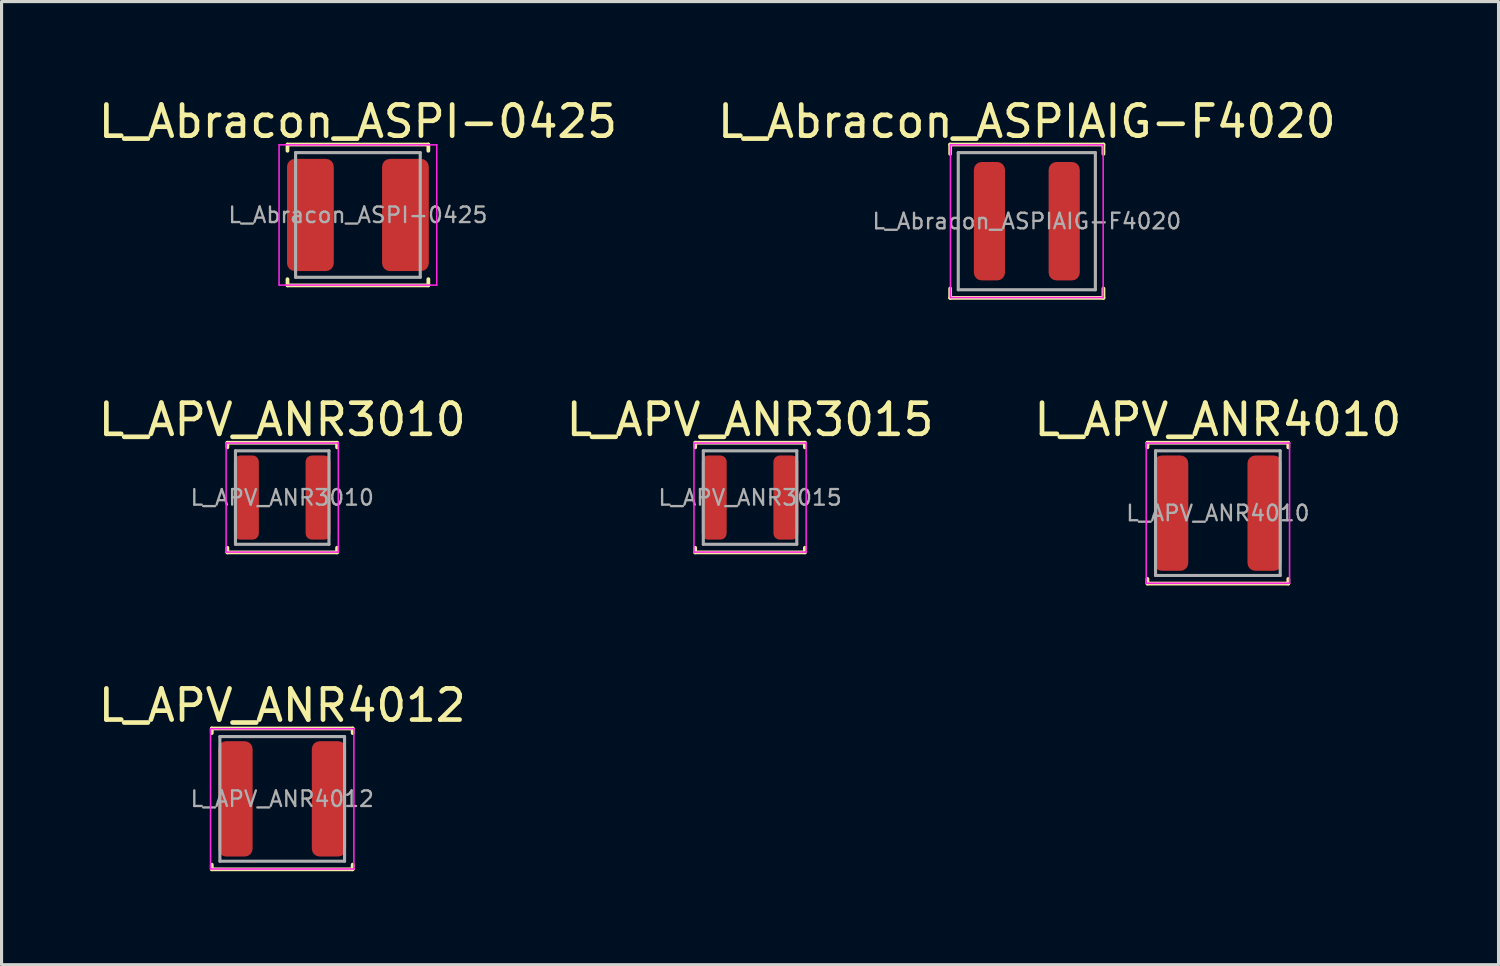
<source format=kicad_pcb>
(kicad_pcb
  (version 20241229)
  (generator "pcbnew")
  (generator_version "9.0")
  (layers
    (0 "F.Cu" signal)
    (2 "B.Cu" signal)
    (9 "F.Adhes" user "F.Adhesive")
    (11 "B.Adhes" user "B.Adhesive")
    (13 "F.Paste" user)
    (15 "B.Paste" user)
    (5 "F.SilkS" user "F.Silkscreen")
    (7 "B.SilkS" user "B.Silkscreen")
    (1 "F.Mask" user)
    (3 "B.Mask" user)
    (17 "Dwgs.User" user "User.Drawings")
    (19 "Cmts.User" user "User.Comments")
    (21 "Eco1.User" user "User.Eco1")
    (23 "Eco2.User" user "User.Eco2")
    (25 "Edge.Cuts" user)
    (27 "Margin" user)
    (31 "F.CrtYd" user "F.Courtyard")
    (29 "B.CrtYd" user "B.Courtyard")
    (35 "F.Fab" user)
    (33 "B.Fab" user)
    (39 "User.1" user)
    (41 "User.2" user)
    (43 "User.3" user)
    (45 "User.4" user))
  (footprint "L_Abracon_ASPI-0425"
    (layer "F.Cu")
    (at 8.435 3.848)
    (property "Reference" "L_Abracon_ASPI-0425" (at 0 -3 0) (layer "F.SilkS") (effects (font (size 1 1) (thickness 0.15))))
    (attr smd)
    (fp_line (start -2.26 -2.26) (end -2.26 -2.06) (stroke (width 0.12) (type solid)) (layer "F.SilkS"))
    (fp_line (start -2.26 -2.26) (end 2.26 -2.26) (stroke (width 0.12) (type solid)) (layer "F.SilkS"))
    (fp_line (start -2.26 2.26) (end -2.26 2.06) (stroke (width 0.12) (type solid)) (layer "F.SilkS"))
    (fp_line (start -2.26 2.26) (end 2.26 2.26) (stroke (width 0.12) (type solid)) (layer "F.SilkS"))
    (fp_line (start 2.26 -2.26) (end 2.26 -2.06) (stroke (width 0.12) (type solid)) (layer "F.SilkS"))
    (fp_line (start 2.26 2.26) (end 2.26 2.06) (stroke (width 0.12) (type solid)) (layer "F.SilkS"))
    (fp_line (start -2.53 -2.25) (end -2.53 2.25) (stroke (width 0.05) (type solid)) (layer "F.CrtYd"))
    (fp_line (start -2.53 2.25) (end 2.53 2.25) (stroke (width 0.05) (type solid)) (layer "F.CrtYd"))
    (fp_line (start 2.53 -2.25) (end -2.53 -2.25) (stroke (width 0.05) (type solid)) (layer "F.CrtYd"))
    (fp_line (start 2.53 2.25) (end 2.53 -2.25) (stroke (width 0.05) (type solid)) (layer "F.CrtYd"))
    (fp_line (start -2 -2) (end -2 2) (stroke (width 0.1) (type solid)) (layer "F.Fab"))
    (fp_line (start -2 2) (end 2 2) (stroke (width 0.1) (type solid)) (layer "F.Fab"))
    (fp_line (start 2 -2) (end -2 -2) (stroke (width 0.1) (type solid)) (layer "F.Fab"))
    (fp_line (start 2 2) (end 2 -2) (stroke (width 0.1) (type solid)) (layer "F.Fab"))
    (fp_text user "${REFERENCE}" (at 0 0 0) (layer "F.Fab") (effects (font (size 0.5 0.5) (thickness 0.075))))
    (pad "1" smd roundrect (at -1.525 0) (size 1.5 3.6) (layers "F.Cu" "F.Mask" "F.Paste") (roundrect_rratio 0.167))
    (pad "2" smd roundrect (at 1.525 0) (size 1.5 3.6) (layers "F.Cu" "F.Mask" "F.Paste") (roundrect_rratio 0.167)))
  (footprint "L_APV_ANR3010"
    (layer "F.Cu")
    (at 6.006 12.916)
    (property "Reference" "L_APV_ANR3010" (at 0 -2.5 0) (layer "F.SilkS") (effects (font (size 1 1) (thickness 0.15))))
    (attr smd)
    (fp_line (start -1.76 -1.76) (end -1.76 -1.61) (stroke (width 0.12) (type solid)) (layer "F.SilkS"))
    (fp_line (start -1.76 -1.76) (end 1.76 -1.76) (stroke (width 0.12) (type solid)) (layer "F.SilkS"))
    (fp_line (start -1.76 1.76) (end -1.76 1.61) (stroke (width 0.12) (type solid)) (layer "F.SilkS"))
    (fp_line (start -1.76 1.76) (end 1.76 1.76) (stroke (width 0.12) (type solid)) (layer "F.SilkS"))
    (fp_line (start 1.76 -1.76) (end 1.76 -1.61) (stroke (width 0.12) (type solid)) (layer "F.SilkS"))
    (fp_line (start 1.76 1.76) (end 1.76 1.61) (stroke (width 0.12) (type solid)) (layer "F.SilkS"))
    (fp_line (start -1.8 -1.75) (end -1.8 1.75) (stroke (width 0.05) (type solid)) (layer "F.CrtYd"))
    (fp_line (start -1.8 1.75) (end 1.8 1.75) (stroke (width 0.05) (type solid)) (layer "F.CrtYd"))
    (fp_line (start 1.8 -1.75) (end -1.8 -1.75) (stroke (width 0.05) (type solid)) (layer "F.CrtYd"))
    (fp_line (start 1.8 1.75) (end 1.8 -1.75) (stroke (width 0.05) (type solid)) (layer "F.CrtYd"))
    (fp_line (start -1.5 -1.5) (end -1.5 1.5) (stroke (width 0.1) (type solid)) (layer "F.Fab"))
    (fp_line (start -1.5 1.5) (end 1.5 1.5) (stroke (width 0.1) (type solid)) (layer "F.Fab"))
    (fp_line (start 1.5 -1.5) (end -1.5 -1.5) (stroke (width 0.1) (type solid)) (layer "F.Fab"))
    (fp_line (start 1.5 1.5) (end 1.5 -1.5) (stroke (width 0.1) (type solid)) (layer "F.Fab"))
    (fp_text user "${REFERENCE}" (at 0 0 0) (layer "F.Fab") (effects (font (size 0.5 0.5) (thickness 0.075))))
    (pad "1" smd roundrect (at -1.15 0) (size 0.8 2.7) (layers "F.Cu" "F.Mask" "F.Paste") (roundrect_rratio 0.25))
    (pad "2" smd roundrect (at 1.15 0) (size 0.8 2.7) (layers "F.Cu" "F.Mask" "F.Paste") (roundrect_rratio 0.25)))
  (footprint "L_APV_ANR3015"
    (layer "F.Cu")
    (at 21.018 12.916)
    (property "Reference" "L_APV_ANR3015" (at 0 -2.5 0) (layer "F.SilkS") (effects (font (size 1 1) (thickness 0.15))))
    (attr smd)
    (fp_line (start -1.76 -1.76) (end -1.76 -1.61) (stroke (width 0.12) (type solid)) (layer "F.SilkS"))
    (fp_line (start -1.76 -1.76) (end 1.76 -1.76) (stroke (width 0.12) (type solid)) (layer "F.SilkS"))
    (fp_line (start -1.76 1.76) (end -1.76 1.61) (stroke (width 0.12) (type solid)) (layer "F.SilkS"))
    (fp_line (start -1.76 1.76) (end 1.76 1.76) (stroke (width 0.12) (type solid)) (layer "F.SilkS"))
    (fp_line (start 1.76 -1.76) (end 1.76 -1.61) (stroke (width 0.12) (type solid)) (layer "F.SilkS"))
    (fp_line (start 1.76 1.76) (end 1.76 1.61) (stroke (width 0.12) (type solid)) (layer "F.SilkS"))
    (fp_line (start -1.8 -1.75) (end -1.8 1.75) (stroke (width 0.05) (type solid)) (layer "F.CrtYd"))
    (fp_line (start -1.8 1.75) (end 1.8 1.75) (stroke (width 0.05) (type solid)) (layer "F.CrtYd"))
    (fp_line (start 1.8 -1.75) (end -1.8 -1.75) (stroke (width 0.05) (type solid)) (layer "F.CrtYd"))
    (fp_line (start 1.8 1.75) (end 1.8 -1.75) (stroke (width 0.05) (type solid)) (layer "F.CrtYd"))
    (fp_line (start -1.5 -1.5) (end -1.5 1.5) (stroke (width 0.1) (type solid)) (layer "F.Fab"))
    (fp_line (start -1.5 1.5) (end 1.5 1.5) (stroke (width 0.1) (type solid)) (layer "F.Fab"))
    (fp_line (start 1.5 -1.5) (end -1.5 -1.5) (stroke (width 0.1) (type solid)) (layer "F.Fab"))
    (fp_line (start 1.5 1.5) (end 1.5 -1.5) (stroke (width 0.1) (type solid)) (layer "F.Fab"))
    (fp_text user "${REFERENCE}" (at 0 0 0) (layer "F.Fab") (effects (font (size 0.5 0.5) (thickness 0.075))))
    (pad "1" smd roundrect (at -1.15 0) (size 0.8 2.7) (layers "F.Cu" "F.Mask" "F.Paste") (roundrect_rratio 0.25))
    (pad "2" smd roundrect (at 1.15 0) (size 0.8 2.7) (layers "F.Cu" "F.Mask" "F.Paste") (roundrect_rratio 0.25)))
  (footprint "L_APV_ANR4010"
    (layer "F.Cu")
    (at 36.03 13.416)
    (property "Reference" "L_APV_ANR4010" (at 0 -3 0) (layer "F.SilkS") (effects (font (size 1 1) (thickness 0.15))))
    (attr smd)
    (fp_line (start -2.26 -2.26) (end -2.26 -2.11) (stroke (width 0.12) (type solid)) (layer "F.SilkS"))
    (fp_line (start -2.26 -2.26) (end 2.26 -2.26) (stroke (width 0.12) (type solid)) (layer "F.SilkS"))
    (fp_line (start -2.26 2.26) (end -2.26 2.11) (stroke (width 0.12) (type solid)) (layer "F.SilkS"))
    (fp_line (start -2.26 2.26) (end 2.26 2.26) (stroke (width 0.12) (type solid)) (layer "F.SilkS"))
    (fp_line (start 2.26 -2.26) (end 2.26 -2.11) (stroke (width 0.12) (type solid)) (layer "F.SilkS"))
    (fp_line (start 2.26 2.26) (end 2.26 2.11) (stroke (width 0.12) (type solid)) (layer "F.SilkS"))
    (fp_line (start -2.3 -2.25) (end -2.3 2.25) (stroke (width 0.05) (type solid)) (layer "F.CrtYd"))
    (fp_line (start -2.3 2.25) (end 2.3 2.25) (stroke (width 0.05) (type solid)) (layer "F.CrtYd"))
    (fp_line (start 2.3 -2.25) (end -2.3 -2.25) (stroke (width 0.05) (type solid)) (layer "F.CrtYd"))
    (fp_line (start 2.3 2.25) (end 2.3 -2.25) (stroke (width 0.05) (type solid)) (layer "F.CrtYd"))
    (fp_line (start -2 -2) (end -2 2) (stroke (width 0.1) (type solid)) (layer "F.Fab"))
    (fp_line (start -2 2) (end 2 2) (stroke (width 0.1) (type solid)) (layer "F.Fab"))
    (fp_line (start 2 -2) (end -2 -2) (stroke (width 0.1) (type solid)) (layer "F.Fab"))
    (fp_line (start 2 2) (end 2 -2) (stroke (width 0.1) (type solid)) (layer "F.Fab"))
    (fp_text user "${REFERENCE}" (at 0 0 0) (layer "F.Fab") (effects (font (size 0.5 0.5) (thickness 0.075))))
    (pad "1" smd roundrect (at -1.5 0) (size 1.1 3.7) (layers "F.Cu" "F.Mask" "F.Paste") (roundrect_rratio 0.227))
    (pad "2" smd roundrect (at 1.5 0) (size 1.1 3.7) (layers "F.Cu" "F.Mask" "F.Paste") (roundrect_rratio 0.227)))
  (footprint "L_Abracon_ASPIAIG-F4020"
    (layer "F.Cu")
    (at 29.899 4.048)
    (property "Reference" "L_Abracon_ASPIAIG-F4020" (at 0 -3.2 0) (layer "F.SilkS") (effects (font (size 1 1) (thickness 0.15))))
    (attr smd)
    (fp_line (start -2.46 -2.46) (end -2.46 -2.16) (stroke (width 0.12) (type solid)) (layer "F.SilkS"))
    (fp_line (start -2.46 -2.46) (end 2.46 -2.46) (stroke (width 0.12) (type solid)) (layer "F.SilkS"))
    (fp_line (start -2.46 2.46) (end -2.46 2.16) (stroke (width 0.12) (type solid)) (layer "F.SilkS"))
    (fp_line (start -2.46 2.46) (end 2.46 2.46) (stroke (width 0.12) (type solid)) (layer "F.SilkS"))
    (fp_line (start 2.46 -2.46) (end 2.46 -2.16) (stroke (width 0.12) (type solid)) (layer "F.SilkS"))
    (fp_line (start 2.46 2.46) (end 2.46 2.16) (stroke (width 0.12) (type solid)) (layer "F.SilkS"))
    (fp_line (start -2.45 -2.45) (end -2.45 2.45) (stroke (width 0.05) (type solid)) (layer "F.CrtYd"))
    (fp_line (start -2.45 2.45) (end 2.45 2.45) (stroke (width 0.05) (type solid)) (layer "F.CrtYd"))
    (fp_line (start 2.45 -2.45) (end -2.45 -2.45) (stroke (width 0.05) (type solid)) (layer "F.CrtYd"))
    (fp_line (start 2.45 2.45) (end 2.45 -2.45) (stroke (width 0.05) (type solid)) (layer "F.CrtYd"))
    (fp_line (start -2.2 -2.2) (end -2.2 2.2) (stroke (width 0.1) (type solid)) (layer "F.Fab"))
    (fp_line (start -2.2 2.2) (end 2.2 2.2) (stroke (width 0.1) (type solid)) (layer "F.Fab"))
    (fp_line (start 2.2 -2.2) (end -2.2 -2.2) (stroke (width 0.1) (type solid)) (layer "F.Fab"))
    (fp_line (start 2.2 2.2) (end 2.2 -2.2) (stroke (width 0.1) (type solid)) (layer "F.Fab"))
    (fp_text user "${REFERENCE}" (at 0 0 0) (layer "F.Fab") (effects (font (size 0.5 0.5) (thickness 0.075))))
    (pad "1" smd roundrect (at -1.2 0) (size 1 3.8) (layers "F.Cu" "F.Mask" "F.Paste") (roundrect_rratio 0.25))
    (pad "2" smd roundrect (at 1.2 0) (size 1 3.8) (layers "F.Cu" "F.Mask" "F.Paste") (roundrect_rratio 0.25)))
  (footprint "L_APV_ANR4012"
    (layer "F.Cu")
    (at 6.006 22.585)
    (property "Reference" "L_APV_ANR4012" (at 0 -3 0) (layer "F.SilkS") (effects (font (size 1 1) (thickness 0.15))))
    (attr smd)
    (fp_line (start -2.26 -2.26) (end -2.26 -2.11) (stroke (width 0.12) (type solid)) (layer "F.SilkS"))
    (fp_line (start -2.26 -2.26) (end 2.26 -2.26) (stroke (width 0.12) (type solid)) (layer "F.SilkS"))
    (fp_line (start -2.26 2.26) (end -2.26 2.11) (stroke (width 0.12) (type solid)) (layer "F.SilkS"))
    (fp_line (start -2.26 2.26) (end 2.26 2.26) (stroke (width 0.12) (type solid)) (layer "F.SilkS"))
    (fp_line (start 2.26 -2.26) (end 2.26 -2.11) (stroke (width 0.12) (type solid)) (layer "F.SilkS"))
    (fp_line (start 2.26 2.26) (end 2.26 2.11) (stroke (width 0.12) (type solid)) (layer "F.SilkS"))
    (fp_line (start -2.3 -2.25) (end -2.3 2.25) (stroke (width 0.05) (type solid)) (layer "F.CrtYd"))
    (fp_line (start -2.3 2.25) (end 2.3 2.25) (stroke (width 0.05) (type solid)) (layer "F.CrtYd"))
    (fp_line (start 2.3 -2.25) (end -2.3 -2.25) (stroke (width 0.05) (type solid)) (layer "F.CrtYd"))
    (fp_line (start 2.3 2.25) (end 2.3 -2.25) (stroke (width 0.05) (type solid)) (layer "F.CrtYd"))
    (fp_line (start -2 -2) (end -2 2) (stroke (width 0.1) (type solid)) (layer "F.Fab"))
    (fp_line (start -2 2) (end 2 2) (stroke (width 0.1) (type solid)) (layer "F.Fab"))
    (fp_line (start 2 -2) (end -2 -2) (stroke (width 0.1) (type solid)) (layer "F.Fab"))
    (fp_line (start 2 2) (end 2 -2) (stroke (width 0.1) (type solid)) (layer "F.Fab"))
    (fp_text user "${REFERENCE}" (at 0 0 0) (layer "F.Fab") (effects (font (size 0.5 0.5) (thickness 0.075))))
    (pad "1" smd roundrect (at -1.5 0) (size 1.1 3.7) (layers "F.Cu" "F.Mask" "F.Paste") (roundrect_rratio 0.227))
    (pad "2" smd roundrect (at 1.5 0) (size 1.1 3.7) (layers "F.Cu" "F.Mask" "F.Paste") (roundrect_rratio 0.227)))
  (gr_rect
    (start -3 -3)
    (end 45.036 27.905)
    (stroke (width 0.1) (type default))
    (fill no)
    (layer "Edge.Cuts")))
</source>
